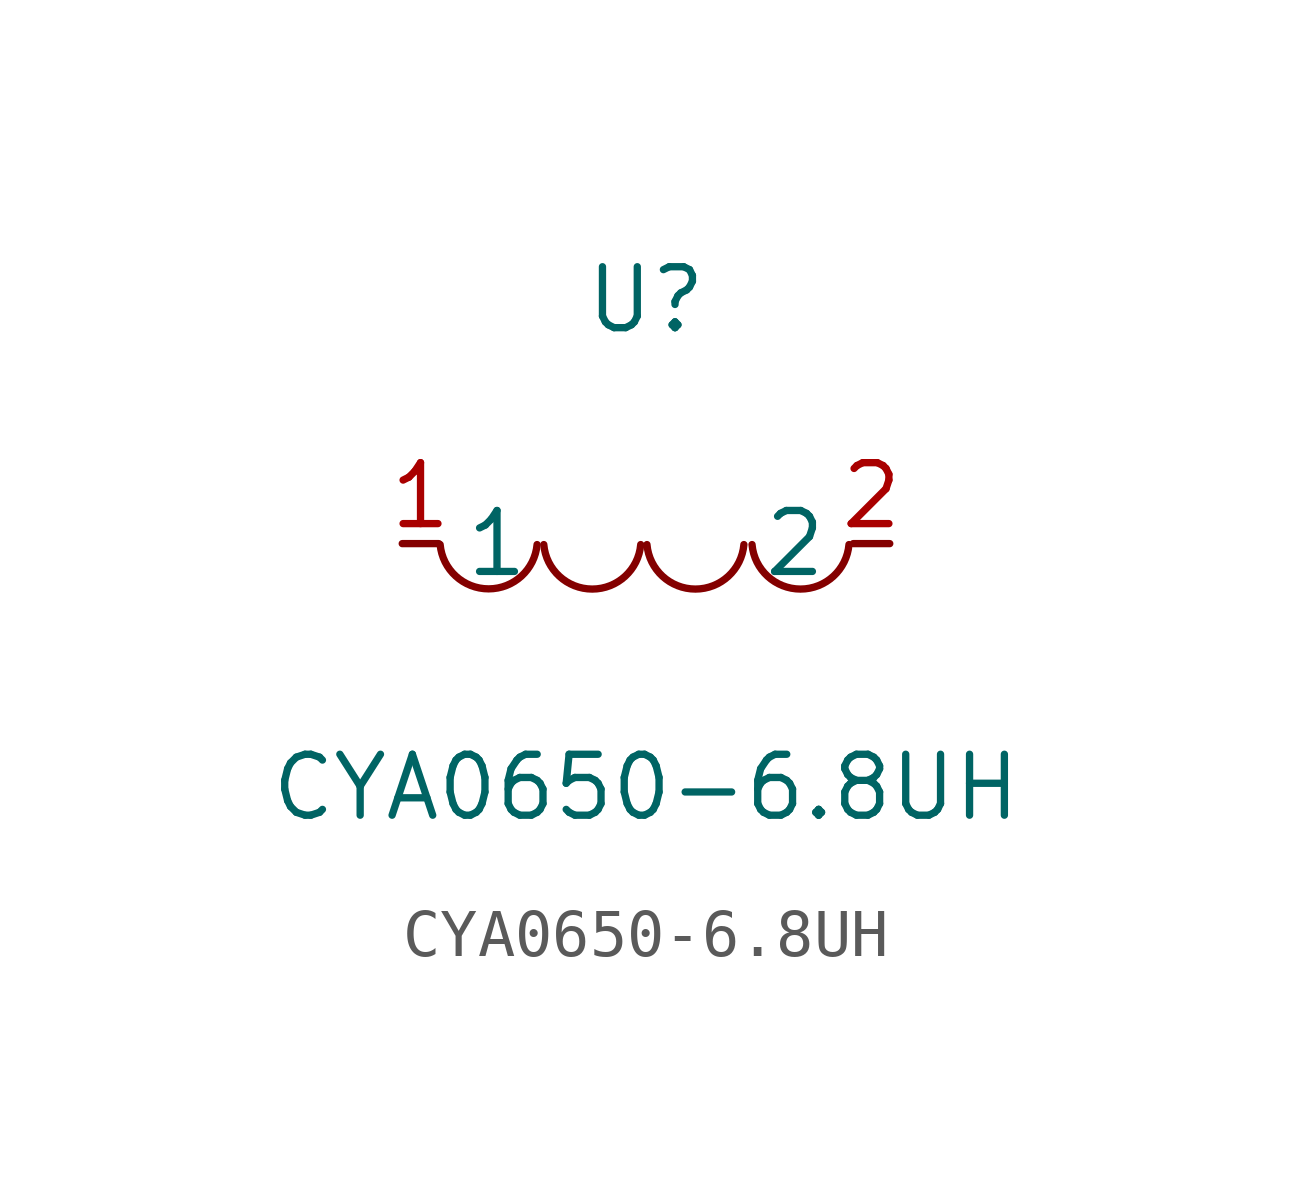
<source format=kicad_sym>
(kicad_symbol_lib
  (version 20211014)
  (generator https://github.com/uPesy/easyeda2kicad.py)
  (symbol "CYA0650-6.8UH"
    (property "Reference" "U"
      (at 0 5.08 0)
      (effects (font (size 1.27 1.27))))
    (property "Value" "CYA0650-6.8UH"
      (at 0 -5.08 0)
      (effects (font (size 1.27 1.27))))
    (symbol "CYA0650-6.8UH_0_1"
      (arc (start -4.29 -0.02) (mid -2.81 -1.01) (end -2.27 -0.02) (stroke (width 0) (type default) (color 0 0 0 0)) (fill (type none)))
      (arc (start -2.13 -0.02) (mid -0.66 -1.01) (end -0.11 -0.02) (stroke (width 0) (type default) (color 0 0 0 0)) (fill (type none)))
      (arc (start 0.02 -0.02) (mid 1.49 -1.01) (end 2.04 -0.02) (stroke (width 0) (type default) (color 0 0 0 0)) (fill (type none)))
      (arc (start 2.21 -0.02) (mid 3.68 -1.01) (end 4.23 -0.02) (stroke (width 0) (type default) (color 0 0 0 0)) (fill (type none)))
      (pin unspecified line (at 5.08 -0.00 180) (length 0.762) (name "2" (effects (font (size 1.27 1.27)))) (number "2" (effects (font (size 1.27 1.27)))))
      (pin unspecified line (at -5.08 -0.00 0) (length 0.762) (name "1" (effects (font (size 1.27 1.27)))) (number "1" (effects (font (size 1.27 1.27))))))))
</source>
